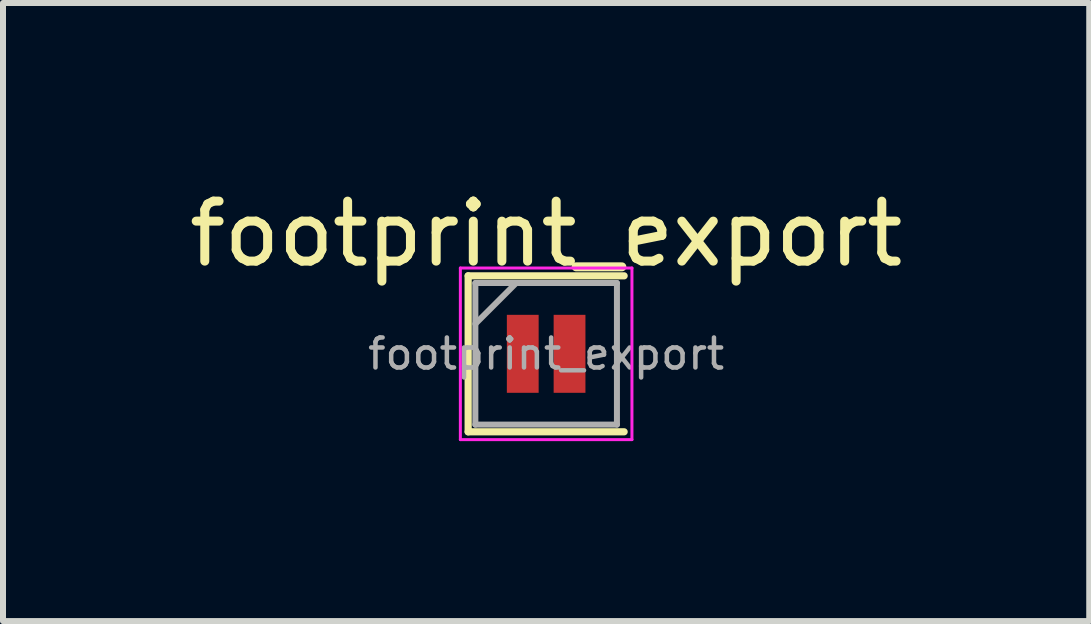
<source format=kicad_pcb>
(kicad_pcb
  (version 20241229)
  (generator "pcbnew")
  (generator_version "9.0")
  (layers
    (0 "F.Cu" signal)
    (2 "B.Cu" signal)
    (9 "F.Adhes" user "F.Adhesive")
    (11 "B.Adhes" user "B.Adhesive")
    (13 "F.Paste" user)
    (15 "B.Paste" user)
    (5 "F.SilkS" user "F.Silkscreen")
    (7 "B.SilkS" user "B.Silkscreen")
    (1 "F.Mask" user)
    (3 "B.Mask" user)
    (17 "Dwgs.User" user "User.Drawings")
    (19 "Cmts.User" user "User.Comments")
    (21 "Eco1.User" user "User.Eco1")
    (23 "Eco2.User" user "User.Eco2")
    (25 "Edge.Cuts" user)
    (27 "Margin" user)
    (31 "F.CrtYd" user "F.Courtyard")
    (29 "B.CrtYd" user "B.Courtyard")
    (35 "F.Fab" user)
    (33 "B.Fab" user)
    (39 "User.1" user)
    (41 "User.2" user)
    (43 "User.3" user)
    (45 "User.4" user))
  (footprint "footprint_export"
    (layer "F.Cu")
    (at 6.054 2.848)
    (property "Reference" "footprint_export" (at 0 -2 0) (layer "F.SilkS") (effects (font (size 1 1) (thickness 0.15))))
    (attr smd)
    (fp_line (start -1.3 -1.3) (end 1.3 -1.3) (stroke (width 0.12) (type solid)) (layer "F.SilkS"))
    (fp_line (start -1.3 1.3) (end -1.3 -1.3) (stroke (width 0.12) (type solid)) (layer "F.SilkS"))
    (fp_line (start 1.3 1.3) (end -1.3 1.3) (stroke (width 0.12) (type solid)) (layer "F.SilkS"))
    (fp_line (start -1.43 -1.43) (end 1.43 -1.43) (stroke (width 0.05) (type solid)) (layer "F.CrtYd"))
    (fp_line (start -1.43 1.43) (end -1.43 -1.43) (stroke (width 0.05) (type solid)) (layer "F.CrtYd"))
    (fp_line (start 1.43 -1.43) (end 1.43 1.43) (stroke (width 0.05) (type solid)) (layer "F.CrtYd"))
    (fp_line (start 1.43 1.43) (end -1.43 1.43) (stroke (width 0.05) (type solid)) (layer "F.CrtYd"))
    (fp_line (start -1.18 -1.18) (end 1.18 -1.18) (stroke (width 0.1) (type solid)) (layer "F.Fab"))
    (fp_line (start -1.18 -0.5) (end -0.5 -1.18) (stroke (width 0.1) (type solid)) (layer "F.Fab"))
    (fp_line (start -1.18 1.18) (end -1.18 -1.18) (stroke (width 0.1) (type solid)) (layer "F.Fab"))
    (fp_line (start 1.18 -1.18) (end 1.18 1.18) (stroke (width 0.1) (type solid)) (layer "F.Fab"))
    (fp_line (start 1.18 1.18) (end -1.18 1.18) (stroke (width 0.1) (type solid)) (layer "F.Fab"))
    (fp_text user "${REFERENCE}" (at 0 0 0) (layer "F.Fab") (effects (font (size 0.5 0.5) (thickness 0.075))))
    (pad "1" smd rect (at -0.39 0 90) (size 1.3 0.53) (layers "F.Cu" "F.Mask" "F.Paste"))
    (pad "2" smd rect (at 0.39 0 90) (size 1.3 0.53) (layers "F.Cu" "F.Mask" "F.Paste")))
  (gr_rect
    (start -3 -3)
    (end 15.107 7.303)
    (stroke (width 0.1) (type default))
    (fill no)
    (layer "Edge.Cuts")))
</source>
